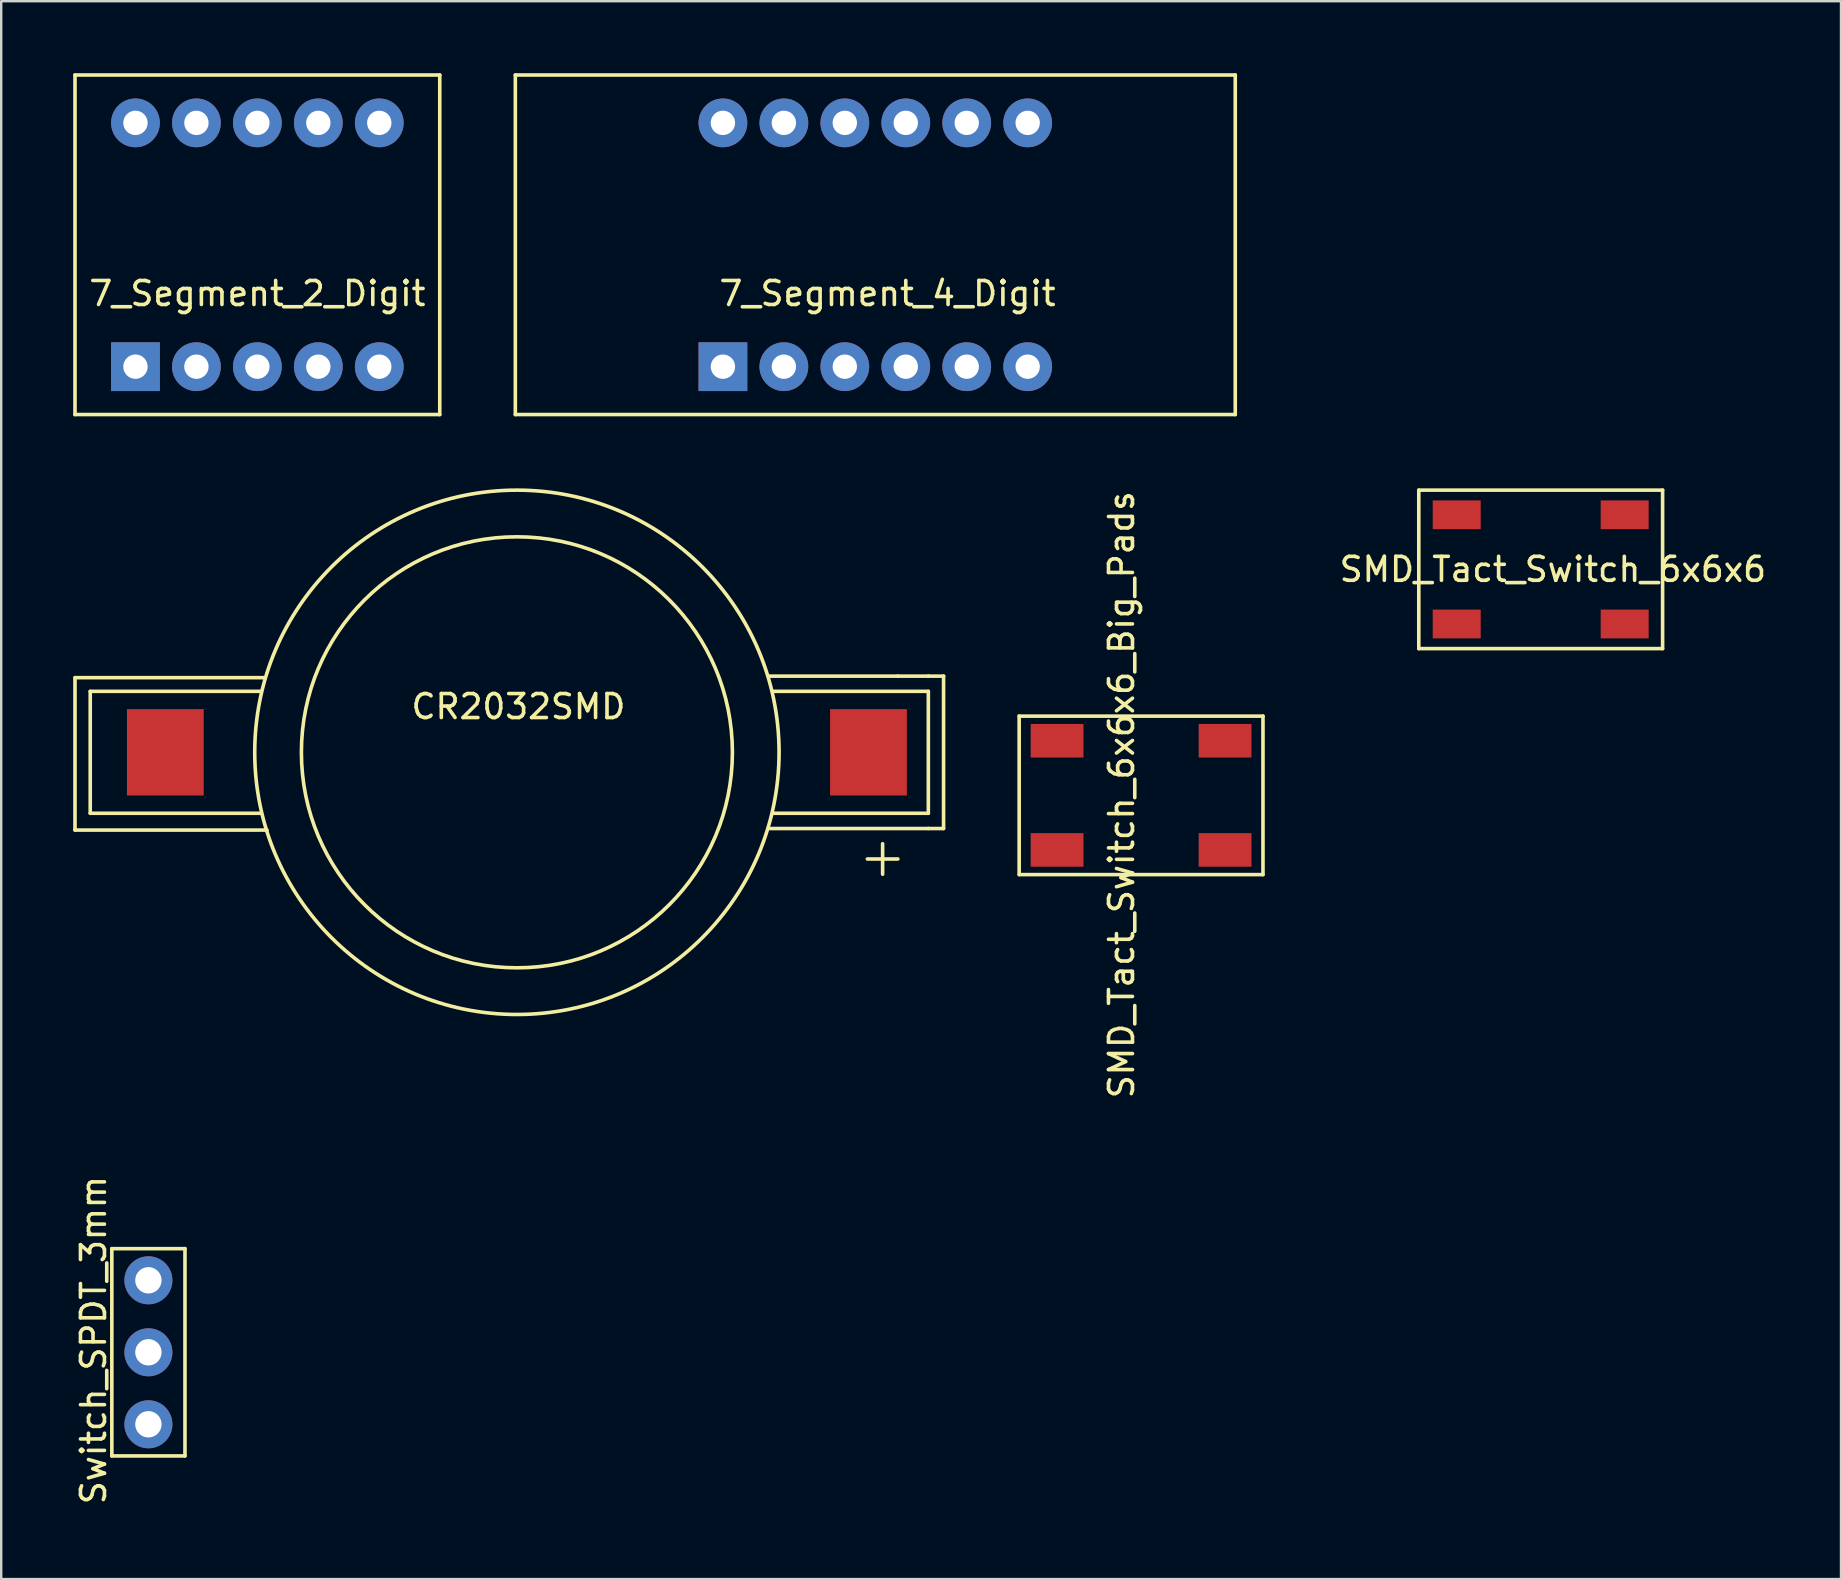
<source format=kicad_pcb>
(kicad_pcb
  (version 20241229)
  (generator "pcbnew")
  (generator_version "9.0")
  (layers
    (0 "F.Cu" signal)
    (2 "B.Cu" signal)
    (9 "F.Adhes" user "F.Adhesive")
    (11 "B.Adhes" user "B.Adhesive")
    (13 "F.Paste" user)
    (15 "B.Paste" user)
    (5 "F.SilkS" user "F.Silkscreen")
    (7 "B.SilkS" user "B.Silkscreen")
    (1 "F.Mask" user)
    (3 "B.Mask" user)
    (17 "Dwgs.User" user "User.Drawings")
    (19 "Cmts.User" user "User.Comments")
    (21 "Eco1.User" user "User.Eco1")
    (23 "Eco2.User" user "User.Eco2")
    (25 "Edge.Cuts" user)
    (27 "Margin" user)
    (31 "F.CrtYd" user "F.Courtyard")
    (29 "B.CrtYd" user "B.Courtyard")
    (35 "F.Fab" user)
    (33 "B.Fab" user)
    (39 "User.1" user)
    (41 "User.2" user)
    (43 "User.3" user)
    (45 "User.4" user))
  (footprint "7_Segment_4_Digit"
    (layer "F.Cu")
    (at 33.425 7.15)
    (property "Reference" "7_Segment_4_Digit" (at 0.508 2.032 0) (layer "F.SilkS") (effects (font (size 1 1) (thickness 0.15))))
    (attr through_hole)
    (fp_line (start -15 -7.075) (end 15 -7.075) (stroke (width 0.15) (type solid)) (layer "F.SilkS"))
    (fp_line (start -15 7.075) (end -15 -7.075) (stroke (width 0.15) (type solid)) (layer "F.SilkS"))
    (fp_line (start 15 -7.075) (end 15 7.075) (stroke (width 0.15) (type solid)) (layer "F.SilkS"))
    (fp_line (start 15 7.075) (end -15 7.075) (stroke (width 0.15) (type solid)) (layer "F.SilkS"))
    (pad "1" thru_hole rect (at -6.35 5.08) (size 2.032 2.032) (drill 1.016) (layers "*.Cu" "*.Mask"))
    (pad "2" thru_hole circle (at -3.81 5.08) (size 2.032 2.032) (drill 1.016) (layers "*.Cu" "*.Mask"))
    (pad "3" thru_hole circle (at -1.27 5.08) (size 2.032 2.032) (drill 1.016) (layers "*.Cu" "*.Mask"))
    (pad "4" thru_hole circle (at 1.27 5.08) (size 2.032 2.032) (drill 1.016) (layers "*.Cu" "*.Mask"))
    (pad "5" thru_hole circle (at 3.81 5.08) (size 2.032 2.032) (drill 1.016) (layers "*.Cu" "*.Mask"))
    (pad "6" thru_hole circle (at 6.35 5.08) (size 2.032 2.032) (drill 1.016) (layers "*.Cu" "*.Mask"))
    (pad "7" thru_hole circle (at 6.35 -5.08) (size 2.032 2.032) (drill 1.016) (layers "*.Cu" "*.Mask"))
    (pad "8" thru_hole circle (at 3.81 -5.08) (size 2.032 2.032) (drill 1.016) (layers "*.Cu" "*.Mask"))
    (pad "9" thru_hole circle (at 1.27 -5.08) (size 2.032 2.032) (drill 1.016) (layers "*.Cu" "*.Mask"))
    (pad "10" thru_hole circle (at -1.27 -5.08) (size 2.032 2.032) (drill 1.016) (layers "*.Cu" "*.Mask"))
    (pad "11" thru_hole circle (at -3.81 -5.08) (size 2.032 2.032) (drill 1.016) (layers "*.Cu" "*.Mask"))
    (pad "12" thru_hole circle (at -6.35 -5.08) (size 2.032 2.032) (drill 1.016) (layers "*.Cu" "*.Mask")))
  (footprint "SMD_Tact_Switch_6x6x6"
    (layer "F.Cu")
    (at 61.153 20.677)
    (property "Reference" "SMD_Tact_Switch_6x6x6" (at 0.508 0 0) (layer "F.SilkS") (effects (font (size 1 1) (thickness 0.15))))
    (attr through_hole)
    (fp_line (start -5.08 -3.302) (end -5.08 3.302) (stroke (width 0.15) (type solid)) (layer "F.SilkS"))
    (fp_line (start -5.08 3.302) (end 5.08 3.302) (stroke (width 0.15) (type solid)) (layer "F.SilkS"))
    (fp_line (start 5.08 -3.302) (end -5.08 -3.302) (stroke (width 0.15) (type solid)) (layer "F.SilkS"))
    (fp_line (start 5.08 3.302) (end 5.08 -3.302) (stroke (width 0.15) (type solid)) (layer "F.SilkS"))
    (pad "1" smd rect (at -3.5 -2.275) (size 2 1.2) (layers "F.Cu" "F.Mask" "F.Paste"))
    (pad "2" smd rect (at -3.5 2.275) (size 2 1.2) (layers "F.Cu" "F.Mask" "F.Paste"))
    (pad "3" smd rect (at 3.5 -2.275) (size 2 1.2) (layers "F.Cu" "F.Mask" "F.Paste"))
    (pad "4" smd rect (at 3.5 2.275) (size 2 1.2) (layers "F.Cu" "F.Mask" "F.Paste")))
  (footprint "SMD_Tact_Switch_6x6x6_Big_Pads"
    (layer "F.Cu")
    (at 44.5 30.093)
    (property "Reference" "SMD_Tact_Switch_6x6x6_Big_Pads" (at -0.813 -0.025 90) (layer "F.SilkS") (effects (font (size 1 1) (thickness 0.15))))
    (attr through_hole)
    (fp_line (start -5.08 -3.302) (end -5.08 3.302) (stroke (width 0.15) (type solid)) (layer "F.SilkS"))
    (fp_line (start -5.08 3.302) (end 5.08 3.302) (stroke (width 0.15) (type solid)) (layer "F.SilkS"))
    (fp_line (start 5.08 -3.302) (end -5.08 -3.302) (stroke (width 0.15) (type solid)) (layer "F.SilkS"))
    (fp_line (start 5.08 3.302) (end 5.08 -3.302) (stroke (width 0.15) (type solid)) (layer "F.SilkS"))
    (pad "1" smd rect (at -3.5 -2.275) (size 2.2 1.4) (layers "F.Cu" "F.Mask" "F.Paste"))
    (pad "2" smd rect (at -3.5 2.275) (size 2.2 1.4) (layers "F.Cu" "F.Mask" "F.Paste"))
    (pad "3" smd rect (at 3.5 -2.275) (size 2.2 1.4) (layers "F.Cu" "F.Mask" "F.Paste"))
    (pad "4" smd rect (at 3.5 2.275) (size 2.2 1.4) (layers "F.Cu" "F.Mask" "F.Paste")))
  (footprint "Switch_SPDT_3mm"
    (layer "F.Cu")
    (at 3.134 53.302)
    (property "Reference" "Switch_SPDT_3mm" (at -2.286 -0.508 90) (layer "F.SilkS") (effects (font (size 1 1) (thickness 0.15))))
    (attr through_hole)
    (fp_line (start -1.524 -4.318) (end 1.524 -4.318) (stroke (width 0.15) (type solid)) (layer "F.SilkS"))
    (fp_line (start -1.524 4.318) (end -1.524 -4.318) (stroke (width 0.15) (type solid)) (layer "F.SilkS"))
    (fp_line (start 1.524 -4.318) (end 1.524 4.318) (stroke (width 0.15) (type solid)) (layer "F.SilkS"))
    (fp_line (start 1.524 4.318) (end -1.524 4.318) (stroke (width 0.15) (type solid)) (layer "F.SilkS"))
    (pad "1" thru_hole circle (at 0 -3) (size 2 2) (drill 1.1) (layers "*.Cu" "*.Mask"))
    (pad "2" thru_hole circle (at 0 0) (size 2 2) (drill 1.1) (layers "*.Cu" "*.Mask"))
    (pad "3" thru_hole circle (at 0 3) (size 2 2) (drill 1.1) (layers "*.Cu" "*.Mask")))
  (footprint "7_Segment_2_Digit"
    (layer "F.Cu")
    (at 7.675 7.15)
    (property "Reference" "7_Segment_2_Digit" (at 0 2.032 0) (layer "F.SilkS") (effects (font (size 1 1) (thickness 0.15))))
    (attr through_hole)
    (fp_line (start -7.6 -7.075) (end 7.6 -7.075) (stroke (width 0.15) (type solid)) (layer "F.SilkS"))
    (fp_line (start -7.6 7.075) (end -7.6 -7.075) (stroke (width 0.15) (type solid)) (layer "F.SilkS"))
    (fp_line (start 7.6 -7.075) (end 7.6 7.075) (stroke (width 0.15) (type solid)) (layer "F.SilkS"))
    (fp_line (start 7.6 7.075) (end -7.6 7.075) (stroke (width 0.15) (type solid)) (layer "F.SilkS"))
    (pad "1" thru_hole rect (at -5.08 5.08) (size 2.032 2.032) (drill 1.016) (layers "*.Cu" "*.Mask"))
    (pad "2" thru_hole circle (at -2.54 5.08) (size 2.032 2.032) (drill 1.016) (layers "*.Cu" "*.Mask"))
    (pad "3" thru_hole circle (at 0 5.08) (size 2.032 2.032) (drill 1.016) (layers "*.Cu" "*.Mask"))
    (pad "4" thru_hole circle (at 2.54 5.08) (size 2.032 2.032) (drill 1.016) (layers "*.Cu" "*.Mask"))
    (pad "5" thru_hole circle (at 5.08 5.08) (size 2.032 2.032) (drill 1.016) (layers "*.Cu" "*.Mask"))
    (pad "6" thru_hole circle (at 5.08 -5.08) (size 2.032 2.032) (drill 1.016) (layers "*.Cu" "*.Mask"))
    (pad "7" thru_hole circle (at 2.54 -5.08) (size 2.032 2.032) (drill 1.016) (layers "*.Cu" "*.Mask"))
    (pad "8" thru_hole circle (at 0 -5.08) (size 2.032 2.032) (drill 1.016) (layers "*.Cu" "*.Mask"))
    (pad "9" thru_hole circle (at -2.54 -5.08) (size 2.032 2.032) (drill 1.016) (layers "*.Cu" "*.Mask"))
    (pad "10" thru_hole circle (at -5.08 -5.08) (size 2.032 2.032) (drill 1.016) (layers "*.Cu" "*.Mask")))
  (footprint "CR2032SMD"
    (layer "F.Cu")
    (at 18.49 28.3)
    (property "Reference" "CR2032SMD" (at 0.064 -1.905 0) (layer "F.SilkS") (effects (font (size 1 1) (thickness 0.15))))
    (attr through_hole)
    (fp_line (start -18.415 -3.111) (end -18.415 3.239) (stroke (width 0.15) (type solid)) (layer "F.SilkS"))
    (fp_line (start -18.415 3.239) (end -10.414 3.239) (stroke (width 0.15) (type solid)) (layer "F.SilkS"))
    (fp_line (start -17.78 -2.54) (end -17.78 2.54) (stroke (width 0.15) (type solid)) (layer "F.SilkS"))
    (fp_line (start -10.668 -2.54) (end -17.78 -2.54) (stroke (width 0.15) (type solid)) (layer "F.SilkS"))
    (fp_line (start -10.668 2.54) (end -17.78 2.54) (stroke (width 0.15) (type solid)) (layer "F.SilkS"))
    (fp_line (start -10.541 -3.111) (end -18.415 -3.111) (stroke (width 0.15) (type solid)) (layer "F.SilkS"))
    (fp_line (start 10.477 -3.175) (end 15.875 -3.175) (stroke (width 0.15) (type solid)) (layer "F.SilkS"))
    (fp_line (start 10.668 -2.54) (end 17.145 -2.54) (stroke (width 0.15) (type solid)) (layer "F.SilkS"))
    (fp_line (start 14.605 4.445) (end 15.875 4.445) (stroke (width 0.15) (type solid)) (layer "F.SilkS"))
    (fp_line (start 15.24 3.81) (end 15.24 5.08) (stroke (width 0.15) (type solid)) (layer "F.SilkS"))
    (fp_line (start 15.875 -3.175) (end 17.145 -3.175) (stroke (width 0.15) (type solid)) (layer "F.SilkS"))
    (fp_line (start 17.145 -3.175) (end 17.78 -3.175) (stroke (width 0.15) (type solid)) (layer "F.SilkS"))
    (fp_line (start 17.145 -2.54) (end 17.145 2.54) (stroke (width 0.15) (type solid)) (layer "F.SilkS"))
    (fp_line (start 17.145 2.54) (end 10.668 2.54) (stroke (width 0.15) (type solid)) (layer "F.SilkS"))
    (fp_line (start 17.145 3.175) (end 10.541 3.175) (stroke (width 0.15) (type solid)) (layer "F.SilkS"))
    (fp_line (start 17.78 -3.175) (end 17.78 3.175) (stroke (width 0.15) (type solid)) (layer "F.SilkS"))
    (fp_line (start 17.78 3.175) (end 17.145 3.175) (stroke (width 0.15) (type solid)) (layer "F.SilkS"))
    (fp_circle (center 0 0) (end -1.27 -8.89) (stroke (width 0.15) (type solid)) (fill no) (layer "F.SilkS"))
    (fp_circle (center 0 0) (end 6.35 8.89) (stroke (width 0.15) (type solid)) (fill no) (layer "F.SilkS"))
    (pad "1" smd rect (at 14.65 0) (size 3.2 3.6) (layers "F.Cu" "F.Mask" "F.Paste"))
    (pad "2" smd rect (at -14.65 0) (size 3.2 3.6) (layers "F.Cu" "F.Mask" "F.Paste")))
  (gr_rect
    (start -3 -3)
    (end 73.667 62.752)
    (stroke (width 0.1) (type default))
    (fill no)
    (layer "Edge.Cuts")))
</source>
